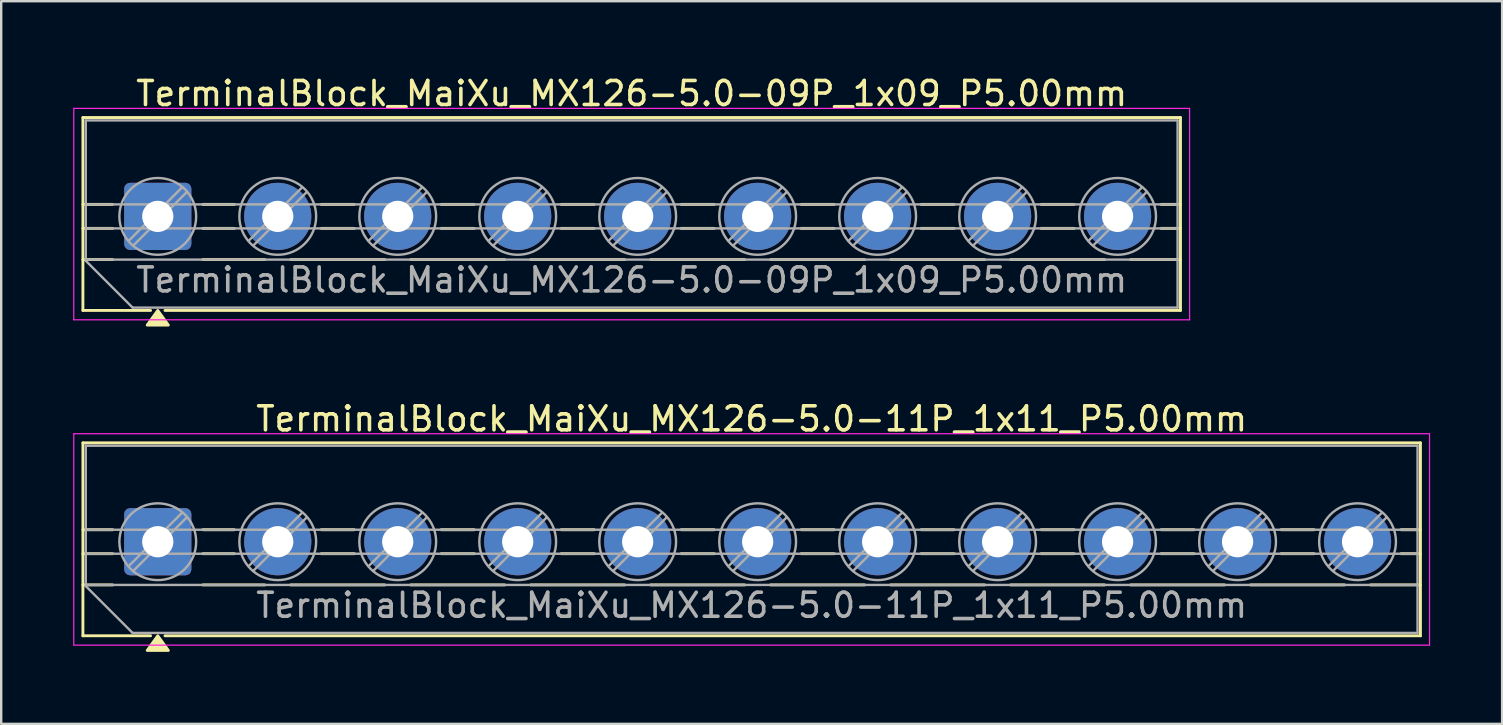
<source format=kicad_pcb>
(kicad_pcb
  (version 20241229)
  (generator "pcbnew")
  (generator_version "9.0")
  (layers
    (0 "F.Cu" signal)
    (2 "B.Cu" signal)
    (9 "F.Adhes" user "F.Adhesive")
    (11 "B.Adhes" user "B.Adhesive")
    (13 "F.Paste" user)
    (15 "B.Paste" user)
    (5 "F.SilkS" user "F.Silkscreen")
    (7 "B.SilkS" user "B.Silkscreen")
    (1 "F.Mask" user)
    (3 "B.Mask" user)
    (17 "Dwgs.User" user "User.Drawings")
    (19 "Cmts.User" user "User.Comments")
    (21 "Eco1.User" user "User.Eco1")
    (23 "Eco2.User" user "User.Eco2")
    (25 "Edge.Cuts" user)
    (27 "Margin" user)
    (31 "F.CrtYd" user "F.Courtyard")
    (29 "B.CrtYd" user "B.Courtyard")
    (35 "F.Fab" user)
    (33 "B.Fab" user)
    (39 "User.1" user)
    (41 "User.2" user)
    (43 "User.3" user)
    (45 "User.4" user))
  (footprint "TerminalBlock_MaiXu_MX126-5.0-11P_1x11_P5.00mm"
    (layer "F.Cu")
    (at 3.525 19.526)
    (property "Reference" "TerminalBlock_MaiXu_MX126-5.0-11P_1x11_P5.00mm" (at 24.75 -5.12 0) (layer "F.SilkS") (effects (font (size 1 1) (thickness 0.15))))
    (attr through_hole)
    (fp_line (start -3.12 -4.12) (end -3.12 3.92) (stroke (width 0.12) (type solid)) (layer "F.SilkS"))
    (fp_line (start -3.12 -4.12) (end 52.62 -4.12) (stroke (width 0.12) (type solid)) (layer "F.SilkS"))
    (fp_line (start -3.12 -0.5) (end -1.88 -0.5) (stroke (width 0.12) (type solid)) (layer "F.SilkS"))
    (fp_line (start -3.12 0.5) (end -1.88 0.5) (stroke (width 0.12) (type solid)) (layer "F.SilkS"))
    (fp_line (start -3.12 1.8) (end -1.88 1.8) (stroke (width 0.12) (type solid)) (layer "F.SilkS"))
    (fp_line (start -3.12 3.92) (end -0.3 3.92) (stroke (width 0.12) (type solid)) (layer "F.SilkS"))
    (fp_line (start 0.3 3.92) (end 52.62 3.92) (stroke (width 0.12) (type solid)) (layer "F.SilkS"))
    (fp_line (start 1.88 -0.5) (end 3.188 -0.5) (stroke (width 0.12) (type solid)) (layer "F.SilkS"))
    (fp_line (start 1.88 0.5) (end 3.188 0.5) (stroke (width 0.12) (type solid)) (layer "F.SilkS"))
    (fp_line (start 1.88 1.8) (end 4.457 1.8) (stroke (width 0.12) (type solid)) (layer "F.SilkS"))
    (fp_line (start 5.543 1.8) (end 9.457 1.8) (stroke (width 0.12) (type solid)) (layer "F.SilkS"))
    (fp_line (start 6.812 -0.5) (end 8.188 -0.5) (stroke (width 0.12) (type solid)) (layer "F.SilkS"))
    (fp_line (start 6.812 0.5) (end 8.188 0.5) (stroke (width 0.12) (type solid)) (layer "F.SilkS"))
    (fp_line (start 10.543 1.8) (end 14.457 1.8) (stroke (width 0.12) (type solid)) (layer "F.SilkS"))
    (fp_line (start 11.812 -0.5) (end 13.188 -0.5) (stroke (width 0.12) (type solid)) (layer "F.SilkS"))
    (fp_line (start 11.812 0.5) (end 13.188 0.5) (stroke (width 0.12) (type solid)) (layer "F.SilkS"))
    (fp_line (start 15.543 1.8) (end 19.457 1.8) (stroke (width 0.12) (type solid)) (layer "F.SilkS"))
    (fp_line (start 16.812 -0.5) (end 18.188 -0.5) (stroke (width 0.12) (type solid)) (layer "F.SilkS"))
    (fp_line (start 16.812 0.5) (end 18.188 0.5) (stroke (width 0.12) (type solid)) (layer "F.SilkS"))
    (fp_line (start 20.543 1.8) (end 24.457 1.8) (stroke (width 0.12) (type solid)) (layer "F.SilkS"))
    (fp_line (start 21.812 -0.5) (end 23.188 -0.5) (stroke (width 0.12) (type solid)) (layer "F.SilkS"))
    (fp_line (start 21.812 0.5) (end 23.188 0.5) (stroke (width 0.12) (type solid)) (layer "F.SilkS"))
    (fp_line (start 25.543 1.8) (end 29.457 1.8) (stroke (width 0.12) (type solid)) (layer "F.SilkS"))
    (fp_line (start 26.812 -0.5) (end 28.188 -0.5) (stroke (width 0.12) (type solid)) (layer "F.SilkS"))
    (fp_line (start 26.812 0.5) (end 28.188 0.5) (stroke (width 0.12) (type solid)) (layer "F.SilkS"))
    (fp_line (start 30.543 1.8) (end 34.457 1.8) (stroke (width 0.12) (type solid)) (layer "F.SilkS"))
    (fp_line (start 31.812 -0.5) (end 33.188 -0.5) (stroke (width 0.12) (type solid)) (layer "F.SilkS"))
    (fp_line (start 31.812 0.5) (end 33.188 0.5) (stroke (width 0.12) (type solid)) (layer "F.SilkS"))
    (fp_line (start 35.543 1.8) (end 39.457 1.8) (stroke (width 0.12) (type solid)) (layer "F.SilkS"))
    (fp_line (start 36.812 -0.5) (end 38.188 -0.5) (stroke (width 0.12) (type solid)) (layer "F.SilkS"))
    (fp_line (start 36.812 0.5) (end 38.188 0.5) (stroke (width 0.12) (type solid)) (layer "F.SilkS"))
    (fp_line (start 40.543 1.8) (end 44.457 1.8) (stroke (width 0.12) (type solid)) (layer "F.SilkS"))
    (fp_line (start 41.812 -0.5) (end 43.188 -0.5) (stroke (width 0.12) (type solid)) (layer "F.SilkS"))
    (fp_line (start 41.812 0.5) (end 43.188 0.5) (stroke (width 0.12) (type solid)) (layer "F.SilkS"))
    (fp_line (start 45.543 1.8) (end 49.457 1.8) (stroke (width 0.12) (type solid)) (layer "F.SilkS"))
    (fp_line (start 46.812 -0.5) (end 48.188 -0.5) (stroke (width 0.12) (type solid)) (layer "F.SilkS"))
    (fp_line (start 46.812 0.5) (end 48.188 0.5) (stroke (width 0.12) (type solid)) (layer "F.SilkS"))
    (fp_line (start 50.543 1.8) (end 52.62 1.8) (stroke (width 0.12) (type solid)) (layer "F.SilkS"))
    (fp_line (start 51.812 -0.5) (end 52.62 -0.5) (stroke (width 0.12) (type solid)) (layer "F.SilkS"))
    (fp_line (start 51.812 0.5) (end 52.62 0.5) (stroke (width 0.12) (type solid)) (layer "F.SilkS"))
    (fp_line (start 52.62 -4.12) (end 52.62 3.92) (stroke (width 0.12) (type solid)) (layer "F.SilkS"))
    (fp_poly (pts (xy 0 3.92) (xy 0.44 4.53) (xy -0.44 4.53)) (stroke (width 0.12) (type solid)) (fill yes) (layer "F.SilkS"))
    (fp_line (start -3.5 -4.5) (end -3.5 4.31) (stroke (width 0.05) (type solid)) (layer "F.CrtYd"))
    (fp_line (start -3.5 4.31) (end 53 4.31) (stroke (width 0.05) (type solid)) (layer "F.CrtYd"))
    (fp_line (start 53 -4.5) (end -3.5 -4.5) (stroke (width 0.05) (type solid)) (layer "F.CrtYd"))
    (fp_line (start 53 4.31) (end 53 -4.5) (stroke (width 0.05) (type solid)) (layer "F.CrtYd"))
    (fp_line (start -3 -4) (end 52.5 -4) (stroke (width 0.1) (type solid)) (layer "F.Fab"))
    (fp_line (start -3 -0.5) (end 52.5 -0.5) (stroke (width 0.1) (type solid)) (layer "F.Fab"))
    (fp_line (start -3 0.5) (end 52.5 0.5) (stroke (width 0.1) (type solid)) (layer "F.Fab"))
    (fp_line (start -3 1.8) (end 52.5 1.8) (stroke (width 0.1) (type solid)) (layer "F.Fab"))
    (fp_line (start -3 1.85) (end -3 -4) (stroke (width 0.1) (type solid)) (layer "F.Fab"))
    (fp_line (start -1.05 3.8) (end -3 1.85) (stroke (width 0.1) (type solid)) (layer "F.Fab"))
    (fp_line (start 1.018 -1.213) (end -1.214 1.018) (stroke (width 0.1) (type solid)) (layer "F.Fab"))
    (fp_line (start 1.213 -1.018) (end -1.018 1.213) (stroke (width 0.1) (type solid)) (layer "F.Fab"))
    (fp_line (start 6.018 -1.213) (end 3.786 1.018) (stroke (width 0.1) (type solid)) (layer "F.Fab"))
    (fp_line (start 6.213 -1.018) (end 3.982 1.213) (stroke (width 0.1) (type solid)) (layer "F.Fab"))
    (fp_line (start 11.018 -1.213) (end 8.786 1.018) (stroke (width 0.1) (type solid)) (layer "F.Fab"))
    (fp_line (start 11.213 -1.018) (end 8.982 1.213) (stroke (width 0.1) (type solid)) (layer "F.Fab"))
    (fp_line (start 16.018 -1.213) (end 13.786 1.018) (stroke (width 0.1) (type solid)) (layer "F.Fab"))
    (fp_line (start 16.213 -1.018) (end 13.982 1.213) (stroke (width 0.1) (type solid)) (layer "F.Fab"))
    (fp_line (start 21.018 -1.213) (end 18.786 1.018) (stroke (width 0.1) (type solid)) (layer "F.Fab"))
    (fp_line (start 21.213 -1.018) (end 18.982 1.213) (stroke (width 0.1) (type solid)) (layer "F.Fab"))
    (fp_line (start 26.018 -1.213) (end 23.786 1.018) (stroke (width 0.1) (type solid)) (layer "F.Fab"))
    (fp_line (start 26.213 -1.018) (end 23.982 1.213) (stroke (width 0.1) (type solid)) (layer "F.Fab"))
    (fp_line (start 31.018 -1.213) (end 28.786 1.018) (stroke (width 0.1) (type solid)) (layer "F.Fab"))
    (fp_line (start 31.213 -1.018) (end 28.982 1.213) (stroke (width 0.1) (type solid)) (layer "F.Fab"))
    (fp_line (start 36.018 -1.213) (end 33.786 1.018) (stroke (width 0.1) (type solid)) (layer "F.Fab"))
    (fp_line (start 36.213 -1.018) (end 33.982 1.213) (stroke (width 0.1) (type solid)) (layer "F.Fab"))
    (fp_line (start 41.018 -1.213) (end 38.786 1.018) (stroke (width 0.1) (type solid)) (layer "F.Fab"))
    (fp_line (start 41.213 -1.018) (end 38.982 1.213) (stroke (width 0.1) (type solid)) (layer "F.Fab"))
    (fp_line (start 46.018 -1.213) (end 43.786 1.018) (stroke (width 0.1) (type solid)) (layer "F.Fab"))
    (fp_line (start 46.213 -1.018) (end 43.982 1.213) (stroke (width 0.1) (type solid)) (layer "F.Fab"))
    (fp_line (start 51.018 -1.213) (end 48.786 1.018) (stroke (width 0.1) (type solid)) (layer "F.Fab"))
    (fp_line (start 51.213 -1.018) (end 48.982 1.213) (stroke (width 0.1) (type solid)) (layer "F.Fab"))
    (fp_line (start 52.5 -4) (end 52.5 3.8) (stroke (width 0.1) (type solid)) (layer "F.Fab"))
    (fp_line (start 52.5 3.8) (end -1.05 3.8) (stroke (width 0.1) (type solid)) (layer "F.Fab"))
    (fp_circle (center 0 0) (end 1.6 0) (stroke (width 0.1) (type solid)) (fill no) (layer "F.Fab"))
    (fp_circle (center 5 0) (end 6.6 0) (stroke (width 0.1) (type solid)) (fill no) (layer "F.Fab"))
    (fp_circle (center 10 0) (end 11.6 0) (stroke (width 0.1) (type solid)) (fill no) (layer "F.Fab"))
    (fp_circle (center 15 0) (end 16.6 0) (stroke (width 0.1) (type solid)) (fill no) (layer "F.Fab"))
    (fp_circle (center 20 0) (end 21.6 0) (stroke (width 0.1) (type solid)) (fill no) (layer "F.Fab"))
    (fp_circle (center 25 0) (end 26.6 0) (stroke (width 0.1) (type solid)) (fill no) (layer "F.Fab"))
    (fp_circle (center 30 0) (end 31.6 0) (stroke (width 0.1) (type solid)) (fill no) (layer "F.Fab"))
    (fp_circle (center 35 0) (end 36.6 0) (stroke (width 0.1) (type solid)) (fill no) (layer "F.Fab"))
    (fp_circle (center 40 0) (end 41.6 0) (stroke (width 0.1) (type solid)) (fill no) (layer "F.Fab"))
    (fp_circle (center 45 0) (end 46.6 0) (stroke (width 0.1) (type solid)) (fill no) (layer "F.Fab"))
    (fp_circle (center 50 0) (end 51.6 0) (stroke (width 0.1) (type solid)) (fill no) (layer "F.Fab"))
    (fp_text user "${REFERENCE}" (at 24.75 2.65 0) (layer "F.Fab") (effects (font (size 1 1) (thickness 0.15))))
    (pad "1" thru_hole roundrect (at 0 0) (size 2.8 2.8) (drill 1.3) (layers "*.Cu" "*.Mask") (roundrect_rratio 0.089))
    (pad "2" thru_hole circle (at 5 0) (size 2.8 2.8) (drill 1.3) (layers "*.Cu" "*.Mask"))
    (pad "3" thru_hole circle (at 10 0) (size 2.8 2.8) (drill 1.3) (layers "*.Cu" "*.Mask"))
    (pad "4" thru_hole circle (at 15 0) (size 2.8 2.8) (drill 1.3) (layers "*.Cu" "*.Mask"))
    (pad "5" thru_hole circle (at 20 0) (size 2.8 2.8) (drill 1.3) (layers "*.Cu" "*.Mask"))
    (pad "6" thru_hole circle (at 25 0) (size 2.8 2.8) (drill 1.3) (layers "*.Cu" "*.Mask"))
    (pad "7" thru_hole circle (at 30 0) (size 2.8 2.8) (drill 1.3) (layers "*.Cu" "*.Mask"))
    (pad "8" thru_hole circle (at 35 0) (size 2.8 2.8) (drill 1.3) (layers "*.Cu" "*.Mask"))
    (pad "9" thru_hole circle (at 40 0) (size 2.8 2.8) (drill 1.3) (layers "*.Cu" "*.Mask"))
    (pad "10" thru_hole circle (at 45 0) (size 2.8 2.8) (drill 1.3) (layers "*.Cu" "*.Mask"))
    (pad "11" thru_hole circle (at 50 0) (size 2.8 2.8) (drill 1.3) (layers "*.Cu" "*.Mask")))
  (footprint "TerminalBlock_MaiXu_MX126-5.0-09P_1x09_P5.00mm"
    (layer "F.Cu")
    (at 3.525 5.968)
    (property "Reference" "TerminalBlock_MaiXu_MX126-5.0-09P_1x09_P5.00mm" (at 19.75 -5.12 0) (layer "F.SilkS") (effects (font (size 1 1) (thickness 0.15))))
    (attr through_hole)
    (fp_line (start -3.12 -4.12) (end -3.12 3.92) (stroke (width 0.12) (type solid)) (layer "F.SilkS"))
    (fp_line (start -3.12 -4.12) (end 42.62 -4.12) (stroke (width 0.12) (type solid)) (layer "F.SilkS"))
    (fp_line (start -3.12 -0.5) (end -1.88 -0.5) (stroke (width 0.12) (type solid)) (layer "F.SilkS"))
    (fp_line (start -3.12 0.5) (end -1.88 0.5) (stroke (width 0.12) (type solid)) (layer "F.SilkS"))
    (fp_line (start -3.12 1.8) (end -1.88 1.8) (stroke (width 0.12) (type solid)) (layer "F.SilkS"))
    (fp_line (start -3.12 3.92) (end -0.3 3.92) (stroke (width 0.12) (type solid)) (layer "F.SilkS"))
    (fp_line (start 0.3 3.92) (end 42.62 3.92) (stroke (width 0.12) (type solid)) (layer "F.SilkS"))
    (fp_line (start 1.88 -0.5) (end 3.188 -0.5) (stroke (width 0.12) (type solid)) (layer "F.SilkS"))
    (fp_line (start 1.88 0.5) (end 3.188 0.5) (stroke (width 0.12) (type solid)) (layer "F.SilkS"))
    (fp_line (start 1.88 1.8) (end 4.457 1.8) (stroke (width 0.12) (type solid)) (layer "F.SilkS"))
    (fp_line (start 5.543 1.8) (end 9.457 1.8) (stroke (width 0.12) (type solid)) (layer "F.SilkS"))
    (fp_line (start 6.812 -0.5) (end 8.188 -0.5) (stroke (width 0.12) (type solid)) (layer "F.SilkS"))
    (fp_line (start 6.812 0.5) (end 8.188 0.5) (stroke (width 0.12) (type solid)) (layer "F.SilkS"))
    (fp_line (start 10.543 1.8) (end 14.457 1.8) (stroke (width 0.12) (type solid)) (layer "F.SilkS"))
    (fp_line (start 11.812 -0.5) (end 13.188 -0.5) (stroke (width 0.12) (type solid)) (layer "F.SilkS"))
    (fp_line (start 11.812 0.5) (end 13.188 0.5) (stroke (width 0.12) (type solid)) (layer "F.SilkS"))
    (fp_line (start 15.543 1.8) (end 19.457 1.8) (stroke (width 0.12) (type solid)) (layer "F.SilkS"))
    (fp_line (start 16.812 -0.5) (end 18.188 -0.5) (stroke (width 0.12) (type solid)) (layer "F.SilkS"))
    (fp_line (start 16.812 0.5) (end 18.188 0.5) (stroke (width 0.12) (type solid)) (layer "F.SilkS"))
    (fp_line (start 20.543 1.8) (end 24.457 1.8) (stroke (width 0.12) (type solid)) (layer "F.SilkS"))
    (fp_line (start 21.812 -0.5) (end 23.188 -0.5) (stroke (width 0.12) (type solid)) (layer "F.SilkS"))
    (fp_line (start 21.812 0.5) (end 23.188 0.5) (stroke (width 0.12) (type solid)) (layer "F.SilkS"))
    (fp_line (start 25.543 1.8) (end 29.457 1.8) (stroke (width 0.12) (type solid)) (layer "F.SilkS"))
    (fp_line (start 26.812 -0.5) (end 28.188 -0.5) (stroke (width 0.12) (type solid)) (layer "F.SilkS"))
    (fp_line (start 26.812 0.5) (end 28.188 0.5) (stroke (width 0.12) (type solid)) (layer "F.SilkS"))
    (fp_line (start 30.543 1.8) (end 34.457 1.8) (stroke (width 0.12) (type solid)) (layer "F.SilkS"))
    (fp_line (start 31.812 -0.5) (end 33.188 -0.5) (stroke (width 0.12) (type solid)) (layer "F.SilkS"))
    (fp_line (start 31.812 0.5) (end 33.188 0.5) (stroke (width 0.12) (type solid)) (layer "F.SilkS"))
    (fp_line (start 35.543 1.8) (end 39.457 1.8) (stroke (width 0.12) (type solid)) (layer "F.SilkS"))
    (fp_line (start 36.812 -0.5) (end 38.188 -0.5) (stroke (width 0.12) (type solid)) (layer "F.SilkS"))
    (fp_line (start 36.812 0.5) (end 38.188 0.5) (stroke (width 0.12) (type solid)) (layer "F.SilkS"))
    (fp_line (start 40.543 1.8) (end 42.62 1.8) (stroke (width 0.12) (type solid)) (layer "F.SilkS"))
    (fp_line (start 41.812 -0.5) (end 42.62 -0.5) (stroke (width 0.12) (type solid)) (layer "F.SilkS"))
    (fp_line (start 41.812 0.5) (end 42.62 0.5) (stroke (width 0.12) (type solid)) (layer "F.SilkS"))
    (fp_line (start 42.62 -4.12) (end 42.62 3.92) (stroke (width 0.12) (type solid)) (layer "F.SilkS"))
    (fp_poly (pts (xy 0 3.92) (xy 0.44 4.53) (xy -0.44 4.53)) (stroke (width 0.12) (type solid)) (fill yes) (layer "F.SilkS"))
    (fp_line (start -3.5 -4.5) (end -3.5 4.31) (stroke (width 0.05) (type solid)) (layer "F.CrtYd"))
    (fp_line (start -3.5 4.31) (end 43 4.31) (stroke (width 0.05) (type solid)) (layer "F.CrtYd"))
    (fp_line (start 43 -4.5) (end -3.5 -4.5) (stroke (width 0.05) (type solid)) (layer "F.CrtYd"))
    (fp_line (start 43 4.31) (end 43 -4.5) (stroke (width 0.05) (type solid)) (layer "F.CrtYd"))
    (fp_line (start -3 -4) (end 42.5 -4) (stroke (width 0.1) (type solid)) (layer "F.Fab"))
    (fp_line (start -3 -0.5) (end 42.5 -0.5) (stroke (width 0.1) (type solid)) (layer "F.Fab"))
    (fp_line (start -3 0.5) (end 42.5 0.5) (stroke (width 0.1) (type solid)) (layer "F.Fab"))
    (fp_line (start -3 1.8) (end 42.5 1.8) (stroke (width 0.1) (type solid)) (layer "F.Fab"))
    (fp_line (start -3 1.85) (end -3 -4) (stroke (width 0.1) (type solid)) (layer "F.Fab"))
    (fp_line (start -1.05 3.8) (end -3 1.85) (stroke (width 0.1) (type solid)) (layer "F.Fab"))
    (fp_line (start 1.018 -1.213) (end -1.214 1.018) (stroke (width 0.1) (type solid)) (layer "F.Fab"))
    (fp_line (start 1.213 -1.018) (end -1.018 1.213) (stroke (width 0.1) (type solid)) (layer "F.Fab"))
    (fp_line (start 6.018 -1.213) (end 3.786 1.018) (stroke (width 0.1) (type solid)) (layer "F.Fab"))
    (fp_line (start 6.213 -1.018) (end 3.982 1.213) (stroke (width 0.1) (type solid)) (layer "F.Fab"))
    (fp_line (start 11.018 -1.213) (end 8.786 1.018) (stroke (width 0.1) (type solid)) (layer "F.Fab"))
    (fp_line (start 11.213 -1.018) (end 8.982 1.213) (stroke (width 0.1) (type solid)) (layer "F.Fab"))
    (fp_line (start 16.018 -1.213) (end 13.786 1.018) (stroke (width 0.1) (type solid)) (layer "F.Fab"))
    (fp_line (start 16.213 -1.018) (end 13.982 1.213) (stroke (width 0.1) (type solid)) (layer "F.Fab"))
    (fp_line (start 21.018 -1.213) (end 18.786 1.018) (stroke (width 0.1) (type solid)) (layer "F.Fab"))
    (fp_line (start 21.213 -1.018) (end 18.982 1.213) (stroke (width 0.1) (type solid)) (layer "F.Fab"))
    (fp_line (start 26.018 -1.213) (end 23.786 1.018) (stroke (width 0.1) (type solid)) (layer "F.Fab"))
    (fp_line (start 26.213 -1.018) (end 23.982 1.213) (stroke (width 0.1) (type solid)) (layer "F.Fab"))
    (fp_line (start 31.018 -1.213) (end 28.786 1.018) (stroke (width 0.1) (type solid)) (layer "F.Fab"))
    (fp_line (start 31.213 -1.018) (end 28.982 1.213) (stroke (width 0.1) (type solid)) (layer "F.Fab"))
    (fp_line (start 36.018 -1.213) (end 33.786 1.018) (stroke (width 0.1) (type solid)) (layer "F.Fab"))
    (fp_line (start 36.213 -1.018) (end 33.982 1.213) (stroke (width 0.1) (type solid)) (layer "F.Fab"))
    (fp_line (start 41.018 -1.213) (end 38.786 1.018) (stroke (width 0.1) (type solid)) (layer "F.Fab"))
    (fp_line (start 41.213 -1.018) (end 38.982 1.213) (stroke (width 0.1) (type solid)) (layer "F.Fab"))
    (fp_line (start 42.5 -4) (end 42.5 3.8) (stroke (width 0.1) (type solid)) (layer "F.Fab"))
    (fp_line (start 42.5 3.8) (end -1.05 3.8) (stroke (width 0.1) (type solid)) (layer "F.Fab"))
    (fp_circle (center 0 0) (end 1.6 0) (stroke (width 0.1) (type solid)) (fill no) (layer "F.Fab"))
    (fp_circle (center 5 0) (end 6.6 0) (stroke (width 0.1) (type solid)) (fill no) (layer "F.Fab"))
    (fp_circle (center 10 0) (end 11.6 0) (stroke (width 0.1) (type solid)) (fill no) (layer "F.Fab"))
    (fp_circle (center 15 0) (end 16.6 0) (stroke (width 0.1) (type solid)) (fill no) (layer "F.Fab"))
    (fp_circle (center 20 0) (end 21.6 0) (stroke (width 0.1) (type solid)) (fill no) (layer "F.Fab"))
    (fp_circle (center 25 0) (end 26.6 0) (stroke (width 0.1) (type solid)) (fill no) (layer "F.Fab"))
    (fp_circle (center 30 0) (end 31.6 0) (stroke (width 0.1) (type solid)) (fill no) (layer "F.Fab"))
    (fp_circle (center 35 0) (end 36.6 0) (stroke (width 0.1) (type solid)) (fill no) (layer "F.Fab"))
    (fp_circle (center 40 0) (end 41.6 0) (stroke (width 0.1) (type solid)) (fill no) (layer "F.Fab"))
    (fp_text user "${REFERENCE}" (at 19.75 2.65 0) (layer "F.Fab") (effects (font (size 1 1) (thickness 0.15))))
    (pad "1" thru_hole roundrect (at 0 0) (size 2.8 2.8) (drill 1.3) (layers "*.Cu" "*.Mask") (roundrect_rratio 0.089))
    (pad "2" thru_hole circle (at 5 0) (size 2.8 2.8) (drill 1.3) (layers "*.Cu" "*.Mask"))
    (pad "3" thru_hole circle (at 10 0) (size 2.8 2.8) (drill 1.3) (layers "*.Cu" "*.Mask"))
    (pad "4" thru_hole circle (at 15 0) (size 2.8 2.8) (drill 1.3) (layers "*.Cu" "*.Mask"))
    (pad "5" thru_hole circle (at 20 0) (size 2.8 2.8) (drill 1.3) (layers "*.Cu" "*.Mask"))
    (pad "6" thru_hole circle (at 25 0) (size 2.8 2.8) (drill 1.3) (layers "*.Cu" "*.Mask"))
    (pad "7" thru_hole circle (at 30 0) (size 2.8 2.8) (drill 1.3) (layers "*.Cu" "*.Mask"))
    (pad "8" thru_hole circle (at 35 0) (size 2.8 2.8) (drill 1.3) (layers "*.Cu" "*.Mask"))
    (pad "9" thru_hole circle (at 40 0) (size 2.8 2.8) (drill 1.3) (layers "*.Cu" "*.Mask")))
  (gr_rect
    (start -3 -3)
    (end 59.55 27.116)
    (stroke (width 0.1) (type default))
    (fill no)
    (layer "Edge.Cuts")))
</source>
